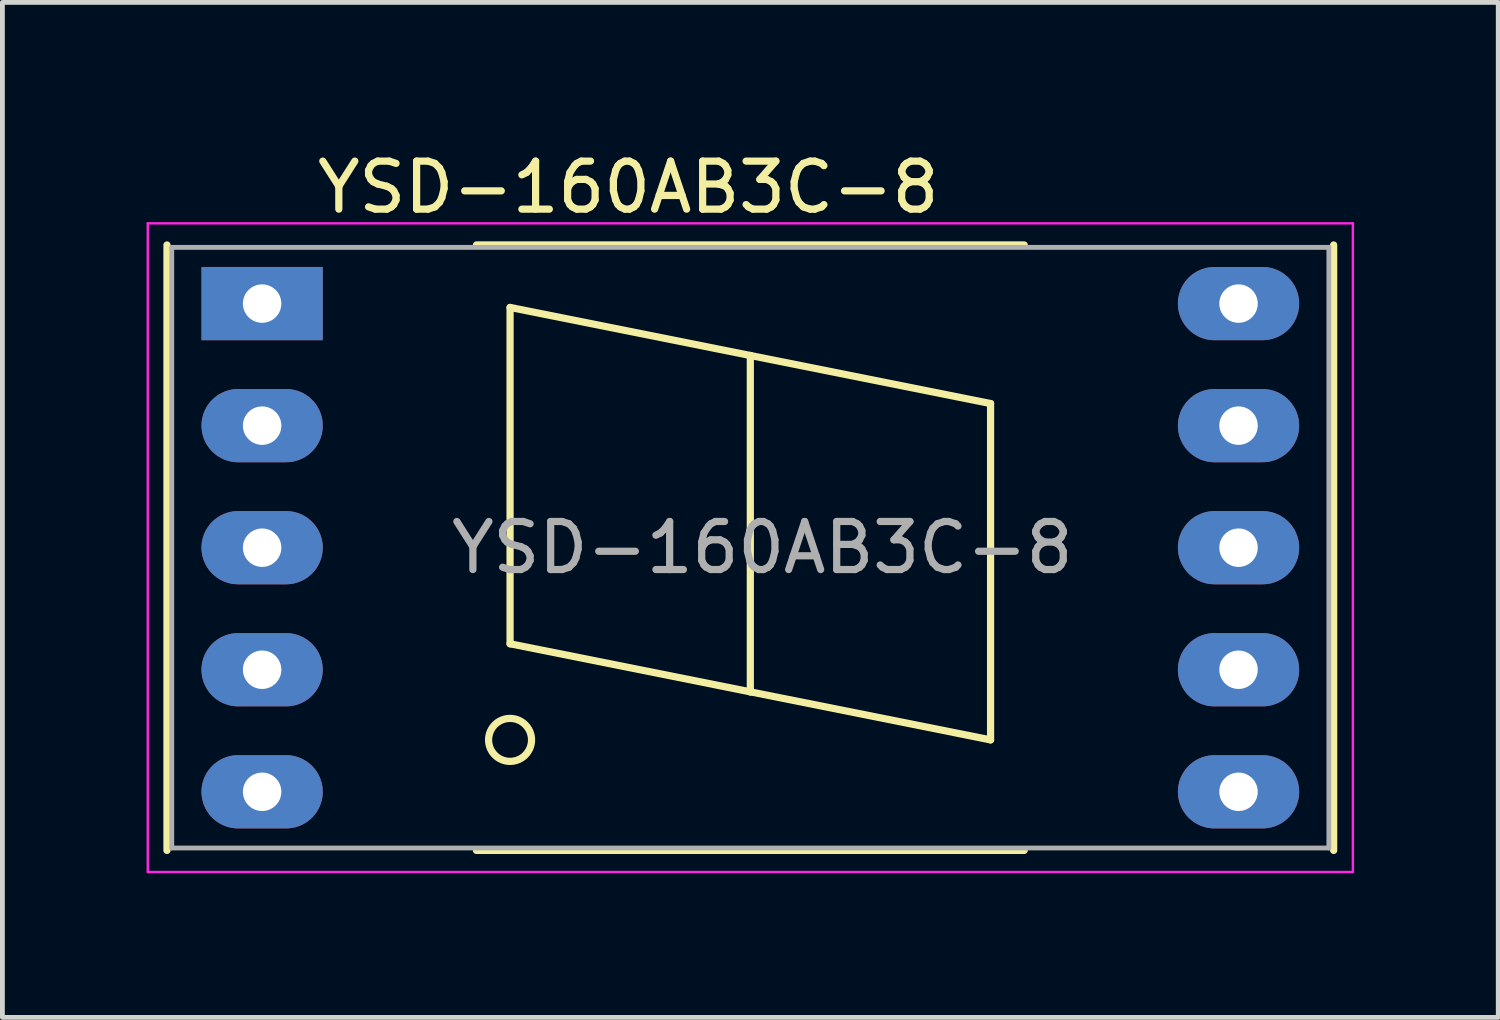
<source format=kicad_pcb>
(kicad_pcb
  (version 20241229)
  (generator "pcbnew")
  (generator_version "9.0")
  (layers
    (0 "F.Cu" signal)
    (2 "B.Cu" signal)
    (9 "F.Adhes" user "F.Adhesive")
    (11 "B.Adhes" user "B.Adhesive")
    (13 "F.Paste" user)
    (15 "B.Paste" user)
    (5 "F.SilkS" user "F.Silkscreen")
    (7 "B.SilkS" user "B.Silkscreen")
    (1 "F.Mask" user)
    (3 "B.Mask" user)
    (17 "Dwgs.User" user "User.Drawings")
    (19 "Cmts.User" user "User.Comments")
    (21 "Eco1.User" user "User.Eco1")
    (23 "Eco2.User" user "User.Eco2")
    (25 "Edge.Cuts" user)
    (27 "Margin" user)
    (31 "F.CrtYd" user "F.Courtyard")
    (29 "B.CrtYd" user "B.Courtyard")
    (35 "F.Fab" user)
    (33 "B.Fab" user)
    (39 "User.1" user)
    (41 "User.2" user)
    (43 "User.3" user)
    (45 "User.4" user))
  (footprint "YSD-160AB3C-8"
    (layer "F.Cu")
    (at 2.405 3.268)
    (property "Reference" "YSD-160AB3C-8" (at 7.62 -2.42 0) (layer "F.SilkS") (effects (font (size 1 1) (thickness 0.15))))
    (attr through_hole)
    (fp_line (start -1.98 11.38) (end -1.98 -1.22) (stroke (width 0.15) (type solid)) (layer "F.SilkS"))
    (fp_line (start 5.16 0.08) (end 5.16 7.08) (stroke (width 0.15) (type solid)) (layer "F.SilkS"))
    (fp_line (start 5.16 7.08) (end 10.16 8.08) (stroke (width 0.15) (type solid)) (layer "F.SilkS"))
    (fp_line (start 10.16 1.08) (end 5.16 0.08) (stroke (width 0.15) (type solid)) (layer "F.SilkS"))
    (fp_line (start 10.16 8.08) (end 10.16 1.08) (stroke (width 0.15) (type solid)) (layer "F.SilkS"))
    (fp_line (start 15.16 2.08) (end 10.16 1.08) (stroke (width 0.15) (type solid)) (layer "F.SilkS"))
    (fp_line (start 15.16 2.08) (end 15.16 9.08) (stroke (width 0.15) (type solid)) (layer "F.SilkS"))
    (fp_line (start 15.16 9.08) (end 10.16 8.08) (stroke (width 0.15) (type solid)) (layer "F.SilkS"))
    (fp_line (start 15.86 -1.22) (end 4.46 -1.22) (stroke (width 0.15) (type solid)) (layer "F.SilkS"))
    (fp_line (start 15.86 11.38) (end 4.46 11.38) (stroke (width 0.15) (type solid)) (layer "F.SilkS"))
    (fp_line (start 22.3 -1.22) (end 22.3 11.38) (stroke (width 0.15) (type solid)) (layer "F.SilkS"))
    (fp_circle (center 5.16 9.08) (end 4.96 9.48) (stroke (width 0.15) (type solid)) (fill no) (layer "F.SilkS"))
    (fp_line (start -2.38 -1.67) (end 22.7 -1.67) (stroke (width 0.05) (type solid)) (layer "F.CrtYd"))
    (fp_line (start -2.38 11.83) (end -2.38 -1.67) (stroke (width 0.05) (type solid)) (layer "F.CrtYd"))
    (fp_line (start 22.7 -1.67) (end 22.7 11.83) (stroke (width 0.05) (type solid)) (layer "F.CrtYd"))
    (fp_line (start 22.7 11.83) (end -2.38 11.83) (stroke (width 0.05) (type solid)) (layer "F.CrtYd"))
    (fp_line (start -1.88 -1.17) (end -1.88 11.33) (stroke (width 0.1) (type solid)) (layer "F.Fab"))
    (fp_line (start -1.88 11.33) (end 22.2 11.33) (stroke (width 0.1) (type solid)) (layer "F.Fab"))
    (fp_line (start 22.2 -1.17) (end -1.88 -1.17) (stroke (width 0.1) (type solid)) (layer "F.Fab"))
    (fp_line (start 22.2 11.33) (end 22.2 -1.17) (stroke (width 0.1) (type solid)) (layer "F.Fab"))
    (fp_text user "${REFERENCE}" (at 10.41 5.08 0) (layer "F.Fab") (effects (font (size 1 1) (thickness 0.15))))
    (pad "1" thru_hole rect (at 0 0 270) (size 1.524 2.524) (drill 0.8) (layers "*.Cu" "*.Mask"))
    (pad "2" thru_hole oval (at 0 2.54 270) (size 1.524 2.524) (drill 0.8) (layers "*.Cu" "*.Mask"))
    (pad "3" thru_hole oval (at 0 5.08 270) (size 1.524 2.524) (drill 0.8) (layers "*.Cu" "*.Mask"))
    (pad "4" thru_hole oval (at 0 7.62 270) (size 1.524 2.524) (drill 0.8) (layers "*.Cu" "*.Mask"))
    (pad "5" thru_hole oval (at 0 10.16 270) (size 1.524 2.524) (drill 0.8) (layers "*.Cu" "*.Mask"))
    (pad "6" thru_hole oval (at 20.32 10.16 270) (size 1.524 2.524) (drill 0.8) (layers "*.Cu" "*.Mask"))
    (pad "7" thru_hole oval (at 20.32 7.62 270) (size 1.524 2.524) (drill 0.8) (layers "*.Cu" "*.Mask"))
    (pad "8" thru_hole oval (at 20.32 5.08 270) (size 1.524 2.524) (drill 0.8) (layers "*.Cu" "*.Mask"))
    (pad "9" thru_hole oval (at 20.32 2.54 270) (size 1.524 2.524) (drill 0.8) (layers "*.Cu" "*.Mask"))
    (pad "10" thru_hole oval (at 20.32 0 270) (size 1.524 2.524) (drill 0.8) (layers "*.Cu" "*.Mask")))
  (gr_rect
    (start -3 -3)
    (end 28.13 18.123)
    (stroke (width 0.1) (type default))
    (fill no)
    (layer "Edge.Cuts")))
</source>
